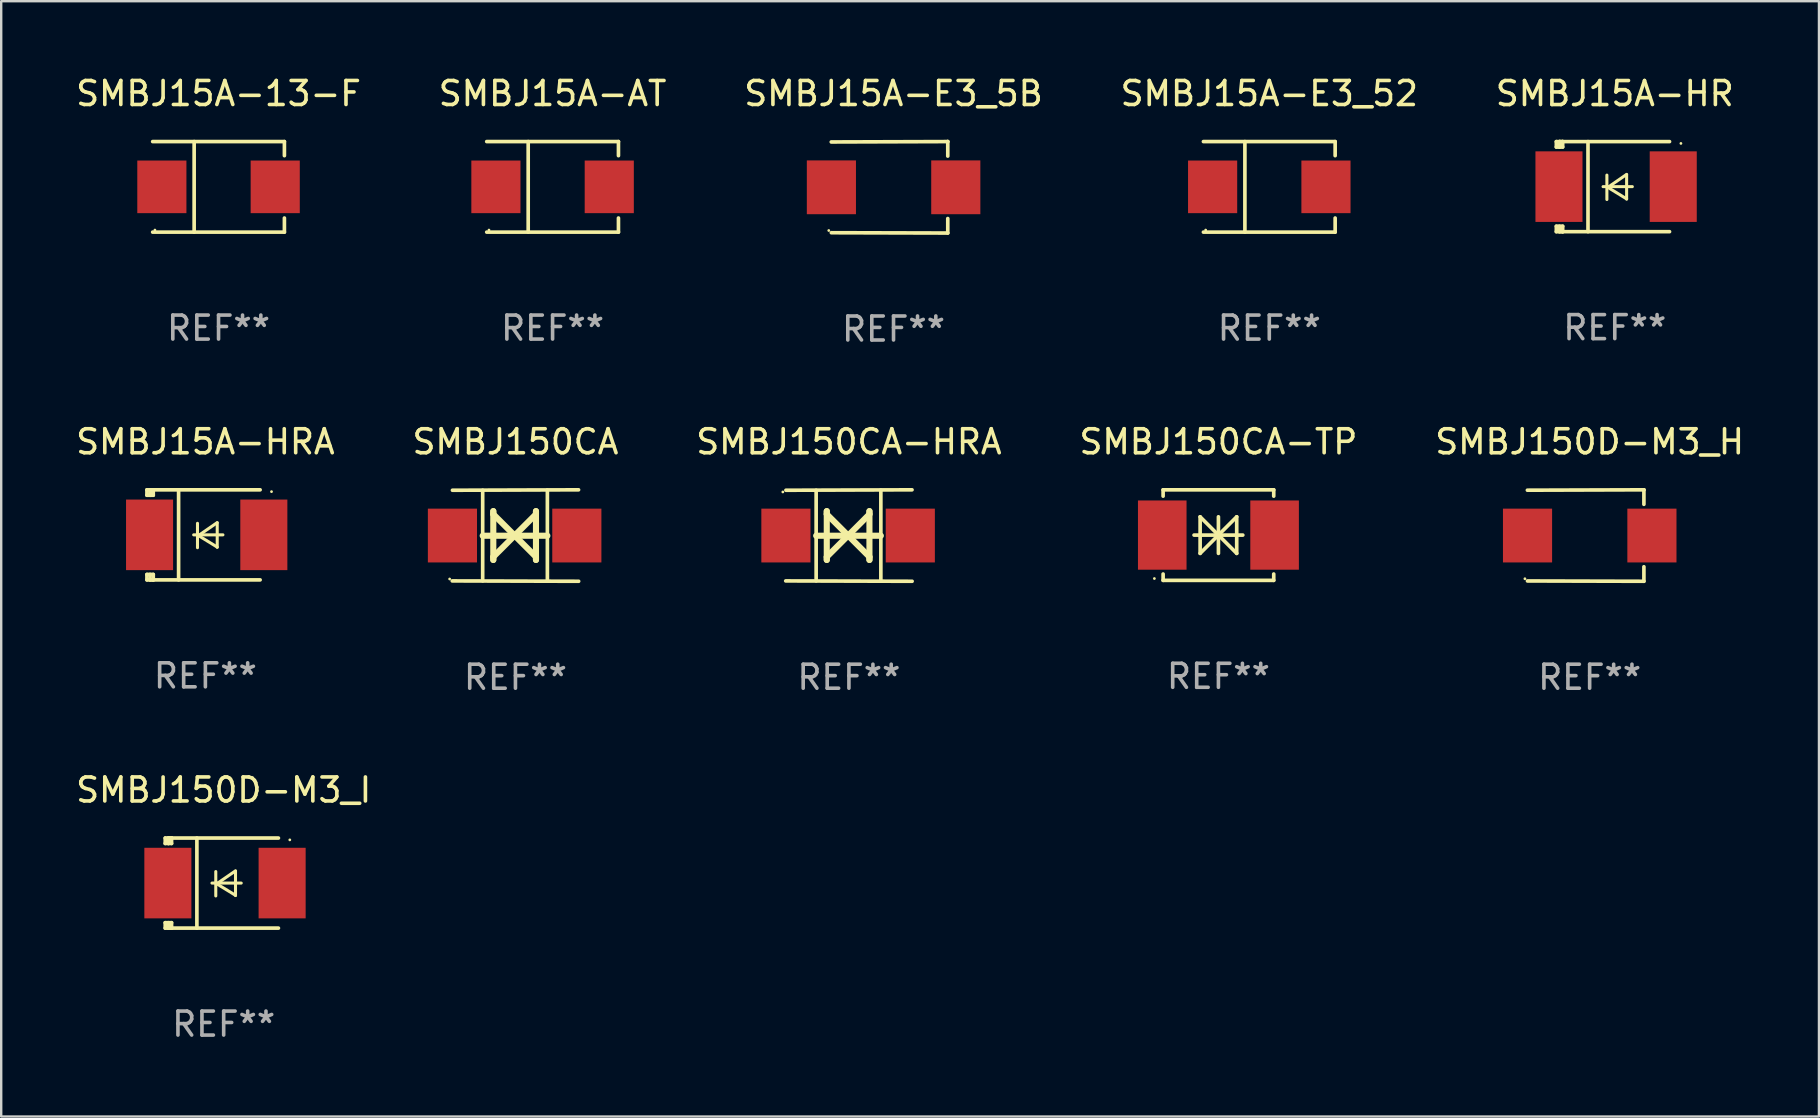
<source format=kicad_pcb>
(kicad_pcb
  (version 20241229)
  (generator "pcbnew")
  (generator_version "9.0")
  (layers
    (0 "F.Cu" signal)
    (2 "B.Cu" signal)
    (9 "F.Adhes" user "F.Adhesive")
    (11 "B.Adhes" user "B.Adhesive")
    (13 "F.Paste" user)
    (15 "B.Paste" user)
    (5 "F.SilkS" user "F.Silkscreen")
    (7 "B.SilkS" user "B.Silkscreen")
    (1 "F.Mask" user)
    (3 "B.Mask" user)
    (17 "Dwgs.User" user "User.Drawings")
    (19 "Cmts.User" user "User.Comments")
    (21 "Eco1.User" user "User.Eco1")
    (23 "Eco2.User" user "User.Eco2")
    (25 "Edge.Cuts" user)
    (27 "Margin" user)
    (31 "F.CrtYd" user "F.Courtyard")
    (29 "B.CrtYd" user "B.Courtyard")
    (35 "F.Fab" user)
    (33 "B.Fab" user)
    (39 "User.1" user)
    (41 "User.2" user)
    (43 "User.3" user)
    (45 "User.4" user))
  (footprint "SMBJ150CA"
    (layer "F.Cu")
    (at 18.423 19.26)
    (property "Reference" "SMBJ150CA" (at 0 -3.905 0) (layer "F.SilkS") (effects (font (size 1 1) (thickness 0.15))))
    (attr through_hole)
    (fp_line (start -1.365 1.886) (end -1.365 -1.886) (stroke (width 0.152) (type solid)) (layer "F.SilkS"))
    (fp_line (start -1.365 0.008) (end 1.33 0.008) (stroke (width 0.254) (type solid)) (layer "F.SilkS"))
    (fp_line (start -0.923 -1.016) (end -0.923 1.016) (stroke (width 0.254) (type solid)) (layer "F.SilkS"))
    (fp_line (start -0.923 -0.889) (end -0.923 -1.016) (stroke (width 0.254) (type solid)) (layer "F.SilkS"))
    (fp_line (start -0.923 0.889) (end -0.034 0) (stroke (width 0.254) (type solid)) (layer "F.SilkS"))
    (fp_line (start -0.923 1.016) (end -0.923 0.889) (stroke (width 0.254) (type solid)) (layer "F.SilkS"))
    (fp_line (start -0.034 0) (end -0.923 -0.889) (stroke (width 0.254) (type solid)) (layer "F.SilkS"))
    (fp_line (start -0.034 0) (end 0.855 0.889) (stroke (width 0.254) (type solid)) (layer "F.SilkS"))
    (fp_line (start 0.855 -1.016) (end 0.855 -0.889) (stroke (width 0.254) (type solid)) (layer "F.SilkS"))
    (fp_line (start 0.855 -0.889) (end -0.034 0) (stroke (width 0.254) (type solid)) (layer "F.SilkS"))
    (fp_line (start 0.855 0.889) (end 0.855 1.016) (stroke (width 0.254) (type solid)) (layer "F.SilkS"))
    (fp_line (start 0.855 1.016) (end 0.855 -1.016) (stroke (width 0.254) (type solid)) (layer "F.SilkS"))
    (fp_line (start 1.33 1.886) (end 1.33 -1.886) (stroke (width 0.152) (type solid)) (layer "F.SilkS"))
    (fp_line (start 2.629 -1.905) (end -2.625 -1.887) (stroke (width 0.152) (type solid)) (layer "F.SilkS"))
    (fp_line (start 2.633 1.905) (end -2.633 1.89) (stroke (width 0.152) (type solid)) (layer "F.SilkS"))
    (fp_circle (center -2.741 1.81) (end -2.711 1.81) (stroke (width 0.06) (type solid)) (fill no) (layer "F.SilkS"))
    (fp_text user "REF**" (at 0 5.905 0) (layer "F.Fab") (effects (font (size 1 1) (thickness 0.15))))
    (pad "1" smd rect (at -2.625 0) (size 2.047 2.241) (layers "F.Cu" "F.Mask" "F.Paste"))
    (pad "2" smd rect (at 2.557 0) (size 2.047 2.241) (layers "F.Cu" "F.Mask" "F.Paste")))
  (footprint "SMBJ15A-HRA"
    (layer "F.Cu")
    (at 5.506 19.231)
    (property "Reference" "SMBJ15A-HRA" (at 0 -3.876 0) (layer "F.SilkS") (effects (font (size 1 1) (thickness 0.15))))
    (attr through_hole)
    (fp_line (start -2.435 1.65) (end -2.171 1.65) (stroke (width 0.152) (type solid)) (layer "F.SilkS"))
    (fp_line (start -2.435 1.876) (end -2.435 1.65) (stroke (width 0.152) (type solid)) (layer "F.SilkS"))
    (fp_line (start -2.435 -1.876) (end -2.171 -1.876) (stroke (width 0.152) (type solid)) (layer "F.SilkS"))
    (fp_line (start -2.435 -1.65) (end -2.435 -1.876) (stroke (width 0.152) (type solid)) (layer "F.SilkS"))
    (fp_line (start -2.305 -1.866) (end -2.295 -1.876) (stroke (width 0.152) (type solid)) (layer "F.SilkS"))
    (fp_line (start -2.305 -1.65) (end -2.305 -1.866) (stroke (width 0.152) (type solid)) (layer "F.SilkS"))
    (fp_line (start -2.305 1.876) (end -2.305 1.65) (stroke (width 0.152) (type solid)) (layer "F.SilkS"))
    (fp_line (start -2.295 -1.876) (end -2.295 -1.65) (stroke (width 0.152) (type solid)) (layer "F.SilkS"))
    (fp_line (start -2.171 1.876) (end -2.435 1.876) (stroke (width 0.152) (type solid)) (layer "F.SilkS"))
    (fp_line (start -2.171 -1.65) (end -2.435 -1.65) (stroke (width 0.152) (type solid)) (layer "F.SilkS"))
    (fp_line (start -2.171 -1.876) (end -2.295 -1.876) (stroke (width 0.152) (type solid)) (layer "F.SilkS"))
    (fp_line (start -2.171 -1.65) (end -2.171 -1.876) (stroke (width 0.152) (type solid)) (layer "F.SilkS"))
    (fp_line (start -2.171 1.876) (end -2.305 1.876) (stroke (width 0.152) (type solid)) (layer "F.SilkS"))
    (fp_line (start -2.171 1.876) (end -2.171 1.65) (stroke (width 0.152) (type solid)) (layer "F.SilkS"))
    (fp_line (start -1.116 1.876) (end -1.116 -1.876) (stroke (width 0.152) (type solid)) (layer "F.SilkS"))
    (fp_line (start -0.488 0.000102) (end 0.731 0.000102) (stroke (width 0.127) (type solid)) (layer "F.SilkS"))
    (fp_line (start -0.329 -0.48) (end -0.329 0.536) (stroke (width 0.127) (type solid)) (layer "F.SilkS"))
    (fp_line (start -0.29 0.03) (end 0.493 0.51) (stroke (width 0.127) (type solid)) (layer "F.SilkS"))
    (fp_line (start 0.493 -0.51) (end -0.29 0.03) (stroke (width 0.127) (type solid)) (layer "F.SilkS"))
    (fp_line (start 0.493 0.52) (end 0.493 -0.496) (stroke (width 0.127) (type solid)) (layer "F.SilkS"))
    (fp_line (start 2.281 -1.876) (end -2.171 -1.876) (stroke (width 0.152) (type solid)) (layer "F.SilkS"))
    (fp_line (start 2.281 1.876) (end -2.171 1.876) (stroke (width 0.152) (type solid)) (layer "F.SilkS"))
    (fp_circle (center 2.755 -1.8) (end 2.785 -1.8) (stroke (width 0.06) (type solid)) (fill no) (layer "F.SilkS"))
    (fp_text user "REF**" (at 0 5.876 0) (layer "F.Fab") (effects (font (size 1 1) (thickness 0.15))))
    (pad "1" smd rect (at 2.435 -0.000025 180) (size 1.96 2.94) (layers "F.Cu" "F.Mask" "F.Paste"))
    (pad "2" smd rect (at -2.325 -0.000025 180) (size 1.96 2.94) (layers "F.Cu" "F.Mask" "F.Paste")))
  (footprint "SMBJ15A-HR"
    (layer "F.Cu")
    (at 64.22 4.725)
    (property "Reference" "SMBJ15A-HR" (at 0 -3.876 0) (layer "F.SilkS") (effects (font (size 1 1) (thickness 0.15))))
    (attr through_hole)
    (fp_line (start -2.435 1.65) (end -2.171 1.65) (stroke (width 0.152) (type solid)) (layer "F.SilkS"))
    (fp_line (start -2.435 1.876) (end -2.435 1.65) (stroke (width 0.152) (type solid)) (layer "F.SilkS"))
    (fp_line (start -2.435 -1.876) (end -2.171 -1.876) (stroke (width 0.152) (type solid)) (layer "F.SilkS"))
    (fp_line (start -2.435 -1.65) (end -2.435 -1.876) (stroke (width 0.152) (type solid)) (layer "F.SilkS"))
    (fp_line (start -2.305 -1.866) (end -2.295 -1.876) (stroke (width 0.152) (type solid)) (layer "F.SilkS"))
    (fp_line (start -2.305 -1.65) (end -2.305 -1.866) (stroke (width 0.152) (type solid)) (layer "F.SilkS"))
    (fp_line (start -2.305 1.876) (end -2.305 1.65) (stroke (width 0.152) (type solid)) (layer "F.SilkS"))
    (fp_line (start -2.295 -1.876) (end -2.295 -1.65) (stroke (width 0.152) (type solid)) (layer "F.SilkS"))
    (fp_line (start -2.171 1.876) (end -2.435 1.876) (stroke (width 0.152) (type solid)) (layer "F.SilkS"))
    (fp_line (start -2.171 -1.65) (end -2.435 -1.65) (stroke (width 0.152) (type solid)) (layer "F.SilkS"))
    (fp_line (start -2.171 -1.876) (end -2.295 -1.876) (stroke (width 0.152) (type solid)) (layer "F.SilkS"))
    (fp_line (start -2.171 -1.65) (end -2.171 -1.876) (stroke (width 0.152) (type solid)) (layer "F.SilkS"))
    (fp_line (start -2.171 1.876) (end -2.305 1.876) (stroke (width 0.152) (type solid)) (layer "F.SilkS"))
    (fp_line (start -2.171 1.876) (end -2.171 1.65) (stroke (width 0.152) (type solid)) (layer "F.SilkS"))
    (fp_line (start -1.116 1.876) (end -1.116 -1.876) (stroke (width 0.152) (type solid)) (layer "F.SilkS"))
    (fp_line (start -0.488 0.000102) (end 0.731 0.000102) (stroke (width 0.127) (type solid)) (layer "F.SilkS"))
    (fp_line (start -0.329 -0.48) (end -0.329 0.536) (stroke (width 0.127) (type solid)) (layer "F.SilkS"))
    (fp_line (start -0.29 0.03) (end 0.493 0.51) (stroke (width 0.127) (type solid)) (layer "F.SilkS"))
    (fp_line (start 0.493 -0.51) (end -0.29 0.03) (stroke (width 0.127) (type solid)) (layer "F.SilkS"))
    (fp_line (start 0.493 0.52) (end 0.493 -0.496) (stroke (width 0.127) (type solid)) (layer "F.SilkS"))
    (fp_line (start 2.281 -1.876) (end -2.171 -1.876) (stroke (width 0.152) (type solid)) (layer "F.SilkS"))
    (fp_line (start 2.281 1.876) (end -2.171 1.876) (stroke (width 0.152) (type solid)) (layer "F.SilkS"))
    (fp_circle (center 2.755 -1.8) (end 2.785 -1.8) (stroke (width 0.06) (type solid)) (fill no) (layer "F.SilkS"))
    (fp_text user "REF**" (at 0 5.876 0) (layer "F.Fab") (effects (font (size 1 1) (thickness 0.15))))
    (pad "1" smd rect (at 2.435 -0.000025 180) (size 1.96 2.94) (layers "F.Cu" "F.Mask" "F.Paste"))
    (pad "2" smd rect (at -2.325 -0.000025 180) (size 1.96 2.94) (layers "F.Cu" "F.Mask" "F.Paste")))
  (footprint "SMBJ150CA-TP"
    (layer "F.Cu")
    (at 47.708 19.241)
    (property "Reference" "SMBJ150CA-TP" (at 0 -3.886 0) (layer "F.SilkS") (effects (font (size 1 1) (thickness 0.15))))
    (attr through_hole)
    (fp_line (start -2.304 -1.886) (end -2.304 -1.622) (stroke (width 0.152) (type solid)) (layer "F.SilkS"))
    (fp_line (start -2.304 -1.886) (end 2.304 -1.886) (stroke (width 0.152) (type solid)) (layer "F.SilkS"))
    (fp_line (start -2.304 1.622) (end -2.304 1.886) (stroke (width 0.152) (type solid)) (layer "F.SilkS"))
    (fp_line (start -2.304 1.886) (end 2.304 1.886) (stroke (width 0.152) (type solid)) (layer "F.SilkS"))
    (fp_line (start -1.016 0) (end 1.016 0) (stroke (width 0.152) (type solid)) (layer "F.SilkS"))
    (fp_line (start -0.762 -0.762) (end -0.762 0.762) (stroke (width 0.152) (type solid)) (layer "F.SilkS"))
    (fp_line (start -0.762 0.762) (end 0 0) (stroke (width 0.152) (type solid)) (layer "F.SilkS"))
    (fp_line (start 0 -0.762) (end 0 0.762) (stroke (width 0.152) (type solid)) (layer "F.SilkS"))
    (fp_line (start 0 0) (end -0.762 -0.762) (stroke (width 0.152) (type solid)) (layer "F.SilkS"))
    (fp_line (start 0 0) (end 0.762 0.762) (stroke (width 0.152) (type solid)) (layer "F.SilkS"))
    (fp_line (start 0.762 -0.762) (end 0 0) (stroke (width 0.152) (type solid)) (layer "F.SilkS"))
    (fp_line (start 0.762 0.762) (end 0.762 -0.762) (stroke (width 0.152) (type solid)) (layer "F.SilkS"))
    (fp_line (start 2.304 -1.886) (end 2.304 -1.622) (stroke (width 0.152) (type solid)) (layer "F.SilkS"))
    (fp_line (start 2.304 1.622) (end 2.304 1.886) (stroke (width 0.152) (type solid)) (layer "F.SilkS"))
    (fp_circle (center -2.668 1.81) (end -2.638 1.81) (stroke (width 0.06) (type solid)) (fill no) (layer "F.SilkS"))
    (fp_text user "REF**" (at 0 5.886 0) (layer "F.Fab") (effects (font (size 1 1) (thickness 0.15))))
    (pad "1" smd rect (at -2.34 0) (size 2.024 2.884) (layers "F.Cu" "F.Mask" "F.Paste"))
    (pad "2" smd rect (at 2.34 0) (size 2.024 2.884) (layers "F.Cu" "F.Mask" "F.Paste")))
  (footprint "SMBJ15A-E3_5B"
    (layer "F.Cu")
    (at 34.173 4.753)
    (property "Reference" "SMBJ15A-E3_5B" (at 0 -3.905 0) (layer "F.SilkS") (effects (font (size 1 1) (thickness 0.15))))
    (attr through_hole)
    (fp_line (start 2.256 -1.905) (end -2.594 -1.889) (stroke (width 0.152) (type solid)) (layer "F.SilkS"))
    (fp_line (start 2.256 -1.905) (end 2.26 -1.905) (stroke (width 0.152) (type solid)) (layer "F.SilkS"))
    (fp_line (start 2.26 -1.905) (end 2.26 -1.301) (stroke (width 0.152) (type solid)) (layer "F.SilkS"))
    (fp_line (start 2.26 1.301) (end 2.26 1.905) (stroke (width 0.152) (type solid)) (layer "F.SilkS"))
    (fp_line (start 2.26 1.905) (end -2.59 1.892) (stroke (width 0.152) (type solid)) (layer "F.SilkS"))
    (fp_circle (center -2.697 1.8) (end -2.667 1.8) (stroke (width 0.06) (type solid)) (fill no) (layer "F.SilkS"))
    (fp_text user "REF**" (at 0 5.905 0) (layer "F.Fab") (effects (font (size 1 1) (thickness 0.15))))
    (pad "1" smd rect (at -2.588 0) (size 2.047 2.241) (layers "F.Cu" "F.Mask" "F.Paste"))
    (pad "2" smd rect (at 2.594 0) (size 2.047 2.241) (layers "F.Cu" "F.Mask" "F.Paste")))
  (footprint "SMBJ150D-M3_H"
    (layer "F.Cu")
    (at 63.173 19.26)
    (property "Reference" "SMBJ150D-M3_H" (at 0 -3.905 0) (layer "F.SilkS") (effects (font (size 1 1) (thickness 0.15))))
    (attr through_hole)
    (fp_line (start 2.256 -1.905) (end -2.594 -1.889) (stroke (width 0.152) (type solid)) (layer "F.SilkS"))
    (fp_line (start 2.256 -1.905) (end 2.26 -1.905) (stroke (width 0.152) (type solid)) (layer "F.SilkS"))
    (fp_line (start 2.26 -1.905) (end 2.26 -1.301) (stroke (width 0.152) (type solid)) (layer "F.SilkS"))
    (fp_line (start 2.26 1.301) (end 2.26 1.905) (stroke (width 0.152) (type solid)) (layer "F.SilkS"))
    (fp_line (start 2.26 1.905) (end -2.59 1.892) (stroke (width 0.152) (type solid)) (layer "F.SilkS"))
    (fp_circle (center -2.697 1.8) (end -2.667 1.8) (stroke (width 0.06) (type solid)) (fill no) (layer "F.SilkS"))
    (fp_text user "REF**" (at 0 5.905 0) (layer "F.Fab") (effects (font (size 1 1) (thickness 0.15))))
    (pad "1" smd rect (at -2.588 0) (size 2.047 2.241) (layers "F.Cu" "F.Mask" "F.Paste"))
    (pad "2" smd rect (at 2.594 0) (size 2.047 2.241) (layers "F.Cu" "F.Mask" "F.Paste")))
  (footprint "SMBJ150D-M3_I"
    (layer "F.Cu")
    (at 6.268 33.738)
    (property "Reference" "SMBJ150D-M3_I" (at 0 -3.876 0) (layer "F.SilkS") (effects (font (size 1 1) (thickness 0.15))))
    (attr through_hole)
    (fp_line (start -2.435 1.65) (end -2.171 1.65) (stroke (width 0.152) (type solid)) (layer "F.SilkS"))
    (fp_line (start -2.435 1.876) (end -2.435 1.65) (stroke (width 0.152) (type solid)) (layer "F.SilkS"))
    (fp_line (start -2.435 -1.876) (end -2.171 -1.876) (stroke (width 0.152) (type solid)) (layer "F.SilkS"))
    (fp_line (start -2.435 -1.65) (end -2.435 -1.876) (stroke (width 0.152) (type solid)) (layer "F.SilkS"))
    (fp_line (start -2.305 -1.866) (end -2.295 -1.876) (stroke (width 0.152) (type solid)) (layer "F.SilkS"))
    (fp_line (start -2.305 -1.65) (end -2.305 -1.866) (stroke (width 0.152) (type solid)) (layer "F.SilkS"))
    (fp_line (start -2.305 1.876) (end -2.305 1.65) (stroke (width 0.152) (type solid)) (layer "F.SilkS"))
    (fp_line (start -2.295 -1.876) (end -2.295 -1.65) (stroke (width 0.152) (type solid)) (layer "F.SilkS"))
    (fp_line (start -2.171 1.876) (end -2.435 1.876) (stroke (width 0.152) (type solid)) (layer "F.SilkS"))
    (fp_line (start -2.171 -1.65) (end -2.435 -1.65) (stroke (width 0.152) (type solid)) (layer "F.SilkS"))
    (fp_line (start -2.171 -1.876) (end -2.295 -1.876) (stroke (width 0.152) (type solid)) (layer "F.SilkS"))
    (fp_line (start -2.171 -1.65) (end -2.171 -1.876) (stroke (width 0.152) (type solid)) (layer "F.SilkS"))
    (fp_line (start -2.171 1.876) (end -2.305 1.876) (stroke (width 0.152) (type solid)) (layer "F.SilkS"))
    (fp_line (start -2.171 1.876) (end -2.171 1.65) (stroke (width 0.152) (type solid)) (layer "F.SilkS"))
    (fp_line (start -1.116 1.876) (end -1.116 -1.876) (stroke (width 0.152) (type solid)) (layer "F.SilkS"))
    (fp_line (start -0.488 0.000102) (end 0.731 0.000102) (stroke (width 0.127) (type solid)) (layer "F.SilkS"))
    (fp_line (start -0.329 -0.48) (end -0.329 0.536) (stroke (width 0.127) (type solid)) (layer "F.SilkS"))
    (fp_line (start -0.29 0.03) (end 0.493 0.51) (stroke (width 0.127) (type solid)) (layer "F.SilkS"))
    (fp_line (start 0.493 -0.51) (end -0.29 0.03) (stroke (width 0.127) (type solid)) (layer "F.SilkS"))
    (fp_line (start 0.493 0.52) (end 0.493 -0.496) (stroke (width 0.127) (type solid)) (layer "F.SilkS"))
    (fp_line (start 2.281 -1.876) (end -2.171 -1.876) (stroke (width 0.152) (type solid)) (layer "F.SilkS"))
    (fp_line (start 2.281 1.876) (end -2.171 1.876) (stroke (width 0.152) (type solid)) (layer "F.SilkS"))
    (fp_circle (center 2.755 -1.8) (end 2.785 -1.8) (stroke (width 0.06) (type solid)) (fill no) (layer "F.SilkS"))
    (fp_text user "REF**" (at 0 5.876 0) (layer "F.Fab") (effects (font (size 1 1) (thickness 0.15))))
    (pad "1" smd rect (at 2.435 -0.000025 180) (size 1.96 2.94) (layers "F.Cu" "F.Mask" "F.Paste"))
    (pad "2" smd rect (at -2.325 -0.000025 180) (size 1.96 2.94) (layers "F.Cu" "F.Mask" "F.Paste")))
  (footprint "SMBJ15A-E3_52"
    (layer "F.Cu")
    (at 49.827 4.734)
    (property "Reference" "SMBJ15A-E3_52" (at 0 -3.886 0) (layer "F.SilkS") (effects (font (size 1 1) (thickness 0.15))))
    (attr through_hole)
    (fp_line (start -2.744 -1.886) (end 2.744 -1.886) (stroke (width 0.152) (type solid)) (layer "F.SilkS"))
    (fp_line (start -2.744 1.886) (end 2.744 1.886) (stroke (width 0.152) (type solid)) (layer "F.SilkS"))
    (fp_line (start -1.016 -1.886) (end -1.016 1.886) (stroke (width 0.152) (type solid)) (layer "F.SilkS"))
    (fp_line (start 2.744 -1.886) (end 2.744 -1.299) (stroke (width 0.152) (type solid)) (layer "F.SilkS"))
    (fp_line (start 2.744 1.886) (end 2.744 1.299) (stroke (width 0.152) (type solid)) (layer "F.SilkS"))
    (fp_circle (center -2.65 1.8) (end -2.62 1.8) (stroke (width 0.06) (type solid)) (fill no) (layer "F.SilkS"))
    (fp_text user "REF**" (at 0 5.886 0) (layer "F.Fab") (effects (font (size 1 1) (thickness 0.15))))
    (pad "1" smd rect (at -2.361 0) (size 2.047 2.192) (layers "F.Cu" "F.Mask" "F.Paste"))
    (pad "2" smd rect (at 2.361 0) (size 2.047 2.192) (layers "F.Cu" "F.Mask" "F.Paste")))
  (footprint "SMBJ15A-AT"
    (layer "F.Cu")
    (at 19.97 4.734)
    (property "Reference" "SMBJ15A-AT" (at 0 -3.886 0) (layer "F.SilkS") (effects (font (size 1 1) (thickness 0.15))))
    (attr through_hole)
    (fp_line (start -2.744 -1.886) (end 2.744 -1.886) (stroke (width 0.152) (type solid)) (layer "F.SilkS"))
    (fp_line (start -2.744 1.886) (end 2.744 1.886) (stroke (width 0.152) (type solid)) (layer "F.SilkS"))
    (fp_line (start -1.016 -1.886) (end -1.016 1.886) (stroke (width 0.152) (type solid)) (layer "F.SilkS"))
    (fp_line (start 2.744 -1.886) (end 2.744 -1.299) (stroke (width 0.152) (type solid)) (layer "F.SilkS"))
    (fp_line (start 2.744 1.886) (end 2.744 1.299) (stroke (width 0.152) (type solid)) (layer "F.SilkS"))
    (fp_circle (center -2.65 1.8) (end -2.62 1.8) (stroke (width 0.06) (type solid)) (fill no) (layer "F.SilkS"))
    (fp_text user "REF**" (at 0 5.886 0) (layer "F.Fab") (effects (font (size 1 1) (thickness 0.15))))
    (pad "1" smd rect (at -2.361 0) (size 2.047 2.192) (layers "F.Cu" "F.Mask" "F.Paste"))
    (pad "2" smd rect (at 2.361 0) (size 2.047 2.192) (layers "F.Cu" "F.Mask" "F.Paste")))
  (footprint "SMBJ15A-13-F"
    (layer "F.Cu")
    (at 6.054 4.734)
    (property "Reference" "SMBJ15A-13-F" (at 0 -3.886 0) (layer "F.SilkS") (effects (font (size 1 1) (thickness 0.15))))
    (attr through_hole)
    (fp_line (start -2.744 -1.886) (end 2.744 -1.886) (stroke (width 0.152) (type solid)) (layer "F.SilkS"))
    (fp_line (start -2.744 1.886) (end 2.744 1.886) (stroke (width 0.152) (type solid)) (layer "F.SilkS"))
    (fp_line (start -1.016 -1.886) (end -1.016 1.886) (stroke (width 0.152) (type solid)) (layer "F.SilkS"))
    (fp_line (start 2.744 -1.886) (end 2.744 -1.299) (stroke (width 0.152) (type solid)) (layer "F.SilkS"))
    (fp_line (start 2.744 1.886) (end 2.744 1.299) (stroke (width 0.152) (type solid)) (layer "F.SilkS"))
    (fp_circle (center -2.65 1.8) (end -2.62 1.8) (stroke (width 0.06) (type solid)) (fill no) (layer "F.SilkS"))
    (fp_text user "REF**" (at 0 5.886 0) (layer "F.Fab") (effects (font (size 1 1) (thickness 0.15))))
    (pad "1" smd rect (at -2.361 0) (size 2.047 2.192) (layers "F.Cu" "F.Mask" "F.Paste"))
    (pad "2" smd rect (at 2.361 0) (size 2.047 2.192) (layers "F.Cu" "F.Mask" "F.Paste")))
  (footprint "SMBJ150CA-HRA"
    (layer "F.Cu")
    (at 32.315 19.26)
    (property "Reference" "SMBJ150CA-HRA" (at 0 -3.905 0) (layer "F.SilkS") (effects (font (size 1 1) (thickness 0.15))))
    (attr through_hole)
    (fp_line (start -1.365 1.886) (end -1.365 -1.886) (stroke (width 0.152) (type solid)) (layer "F.SilkS"))
    (fp_line (start -1.365 0.008) (end 1.33 0.008) (stroke (width 0.254) (type solid)) (layer "F.SilkS"))
    (fp_line (start -0.923 -1.016) (end -0.923 1.016) (stroke (width 0.254) (type solid)) (layer "F.SilkS"))
    (fp_line (start -0.923 -0.889) (end -0.923 -1.016) (stroke (width 0.254) (type solid)) (layer "F.SilkS"))
    (fp_line (start -0.923 0.889) (end -0.034 0) (stroke (width 0.254) (type solid)) (layer "F.SilkS"))
    (fp_line (start -0.923 1.016) (end -0.923 0.889) (stroke (width 0.254) (type solid)) (layer "F.SilkS"))
    (fp_line (start -0.034 0) (end -0.923 -0.889) (stroke (width 0.254) (type solid)) (layer "F.SilkS"))
    (fp_line (start -0.034 0) (end 0.855 0.889) (stroke (width 0.254) (type solid)) (layer "F.SilkS"))
    (fp_line (start 0.855 -1.016) (end 0.855 -0.889) (stroke (width 0.254) (type solid)) (layer "F.SilkS"))
    (fp_line (start 0.855 -0.889) (end -0.034 0) (stroke (width 0.254) (type solid)) (layer "F.SilkS"))
    (fp_line (start 0.855 0.889) (end 0.855 1.016) (stroke (width 0.254) (type solid)) (layer "F.SilkS"))
    (fp_line (start 0.855 1.016) (end 0.855 -1.016) (stroke (width 0.254) (type solid)) (layer "F.SilkS"))
    (fp_line (start 1.33 1.886) (end 1.33 -1.886) (stroke (width 0.152) (type solid)) (layer "F.SilkS"))
    (fp_line (start 2.629 -1.905) (end -2.625 -1.887) (stroke (width 0.152) (type solid)) (layer "F.SilkS"))
    (fp_line (start 2.633 1.905) (end -2.633 1.89) (stroke (width 0.152) (type solid)) (layer "F.SilkS"))
    (fp_circle (center -2.753 -1.816) (end -2.723 -1.816) (stroke (width 0.06) (type solid)) (fill no) (layer "F.SilkS"))
    (fp_text user "REF**" (at 0 5.905 0) (layer "F.Fab") (effects (font (size 1 1) (thickness 0.15))))
    (pad "1" smd rect (at -2.625 0) (size 2.047 2.241) (layers "F.Cu" "F.Mask" "F.Paste"))
    (pad "2" smd rect (at 2.557 0) (size 2.047 2.241) (layers "F.Cu" "F.Mask" "F.Paste")))
  (gr_rect
    (start -3 -3)
    (end 72.726 43.462)
    (stroke (width 0.1) (type default))
    (fill no)
    (layer "Edge.Cuts")))
</source>
